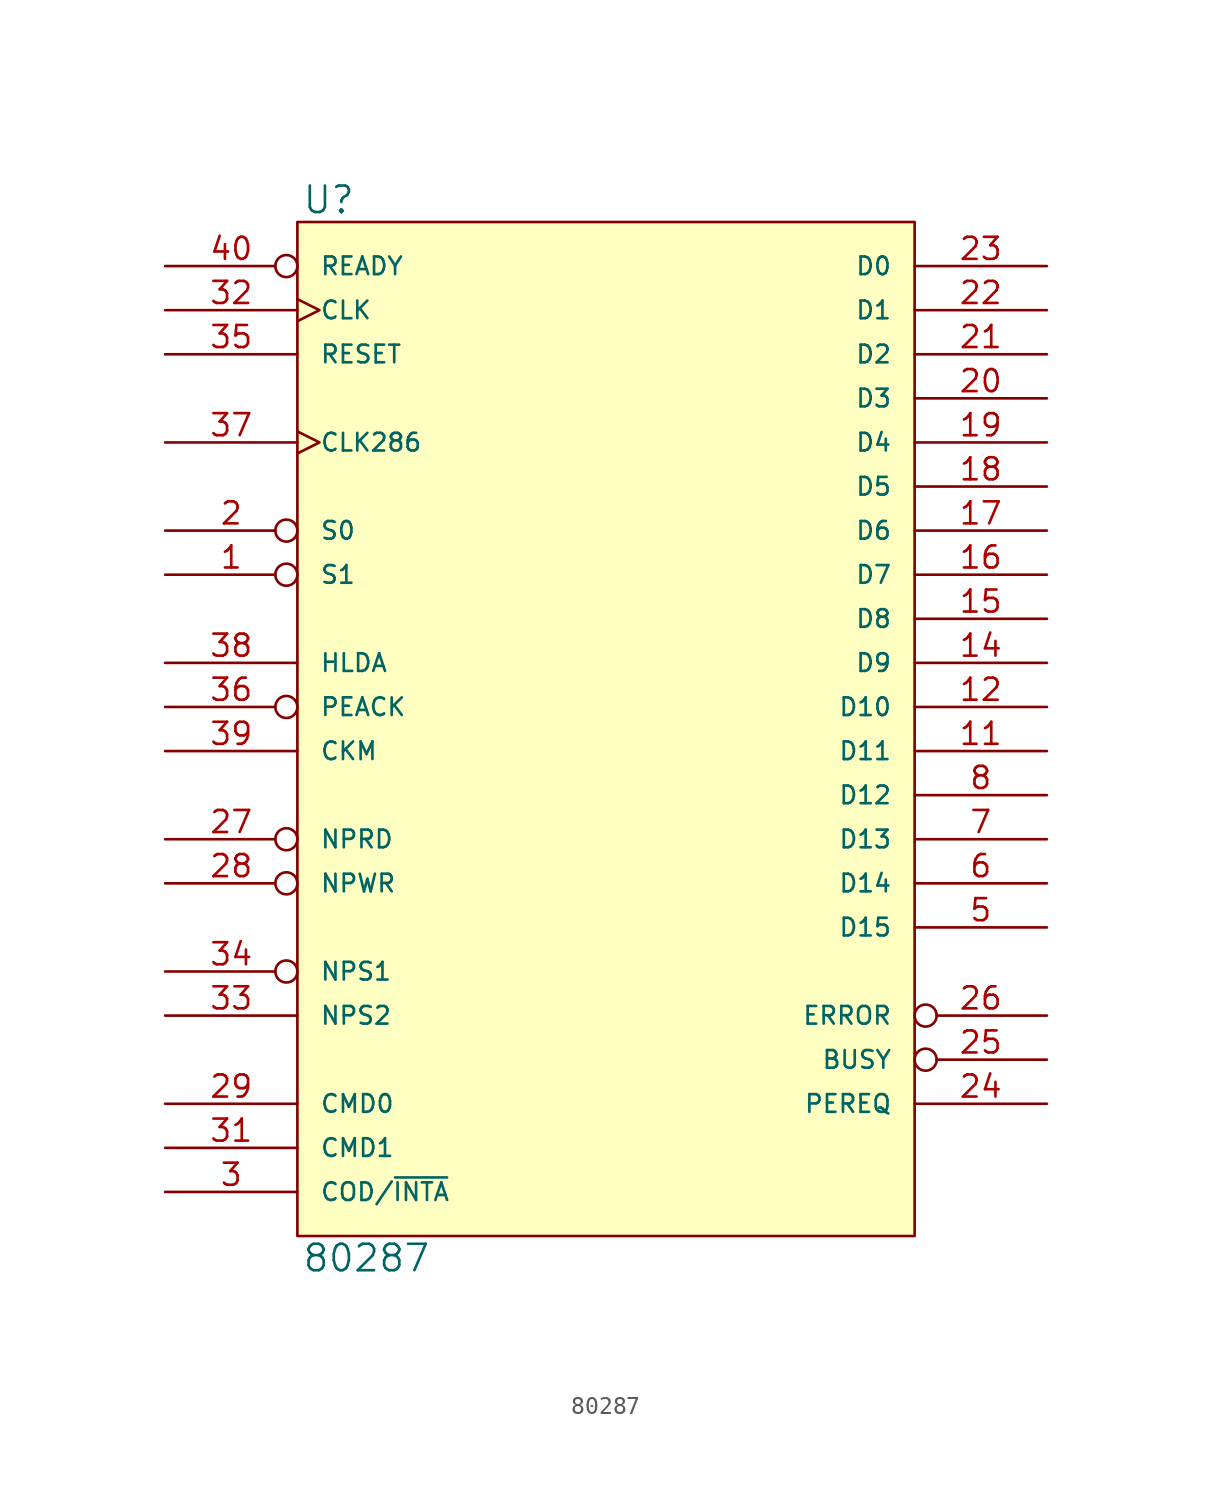
<source format=kicad_sym>
(kicad_symbol_lib
  (version 20231120)
  (generator "kicad_symbol_editor")
  (generator_version "8.0")
  (symbol "80287"
    (pin_names
      (offset 1.27))
    (property "Reference" "U"
      (at 0.254 0.381 0)
      (effects (font (size 1.524 1.524)) (justify left bottom)))
    (property "Value" "80287"
      (at 0.254 -58.801 0)
      (effects (font (size 1.524 1.524)) (justify left top)))
    (symbol "80287_0_1"
      (rectangle (start 0 0) (end 35.56 -58.42) (stroke (width 0) (type solid)) (fill (type background))))
    (symbol "80287_1_1"
      (pin input inverted (at -7.62 -20.32 0) (length 7.62) (name "S1" (effects (font (size 1.016 1.016)))) (number "1" (effects (font (size 1.27 1.27)))))
      (pin power_in line (at 0 -58.42 90) (length 0) hide (name "VSS" (effects (font (size 1.016 1.016)))) (number "10" (effects (font (size 1.27 1.27)))))
      (pin bidirectional line (at 43.18 -30.48 180) (length 7.62) (name "D11" (effects (font (size 1.016 1.016)))) (number "11" (effects (font (size 1.27 1.27)))))
      (pin bidirectional line (at 43.18 -27.94 180) (length 7.62) (name "D10" (effects (font (size 1.016 1.016)))) (number "12" (effects (font (size 1.27 1.27)))))
      (pin bidirectional line (at 43.18 -25.4 180) (length 7.62) (name "D9" (effects (font (size 1.016 1.016)))) (number "14" (effects (font (size 1.27 1.27)))))
      (pin bidirectional line (at 43.18 -22.86 180) (length 7.62) (name "D8" (effects (font (size 1.016 1.016)))) (number "15" (effects (font (size 1.27 1.27)))))
      (pin bidirectional line (at 43.18 -20.32 180) (length 7.62) (name "D7" (effects (font (size 1.016 1.016)))) (number "16" (effects (font (size 1.27 1.27)))))
      (pin bidirectional line (at 43.18 -17.78 180) (length 7.62) (name "D6" (effects (font (size 1.016 1.016)))) (number "17" (effects (font (size 1.27 1.27)))))
      (pin bidirectional line (at 43.18 -15.24 180) (length 7.62) (name "D5" (effects (font (size 1.016 1.016)))) (number "18" (effects (font (size 1.27 1.27)))))
      (pin bidirectional line (at 43.18 -12.7 180) (length 7.62) (name "D4" (effects (font (size 1.016 1.016)))) (number "19" (effects (font (size 1.27 1.27)))))
      (pin input inverted (at -7.62 -17.78 0) (length 7.62) (name "S0" (effects (font (size 1.016 1.016)))) (number "2" (effects (font (size 1.27 1.27)))))
      (pin bidirectional line (at 43.18 -10.16 180) (length 7.62) (name "D3" (effects (font (size 1.016 1.016)))) (number "20" (effects (font (size 1.27 1.27)))))
      (pin bidirectional line (at 43.18 -7.62 180) (length 7.62) (name "D2" (effects (font (size 1.016 1.016)))) (number "21" (effects (font (size 1.27 1.27)))))
      (pin bidirectional line (at 43.18 -5.08 180) (length 7.62) (name "D1" (effects (font (size 1.016 1.016)))) (number "22" (effects (font (size 1.27 1.27)))))
      (pin bidirectional line (at 43.18 -2.54 180) (length 7.62) (name "D0" (effects (font (size 1.016 1.016)))) (number "23" (effects (font (size 1.27 1.27)))))
      (pin output line (at 43.18 -50.8 180) (length 7.62) (name "PEREQ" (effects (font (size 1.016 1.016)))) (number "24" (effects (font (size 1.27 1.27)))))
      (pin output inverted (at 43.18 -48.26 180) (length 7.62) (name "BUSY" (effects (font (size 1.016 1.016)))) (number "25" (effects (font (size 1.27 1.27)))))
      (pin output inverted (at 43.18 -45.72 180) (length 7.62) (name "ERROR" (effects (font (size 1.016 1.016)))) (number "26" (effects (font (size 1.27 1.27)))))
      (pin input inverted (at -7.62 -35.56 0) (length 7.62) (name "NPRD" (effects (font (size 1.016 1.016)))) (number "27" (effects (font (size 1.27 1.27)))))
      (pin input inverted (at -7.62 -38.1 0) (length 7.62) (name "NPWR" (effects (font (size 1.016 1.016)))) (number "28" (effects (font (size 1.27 1.27)))))
      (pin input line (at -7.62 -50.8 0) (length 7.62) (name "CMD0" (effects (font (size 1.016 1.016)))) (number "29" (effects (font (size 1.27 1.27)))))
      (pin input line (at -7.62 -55.88 0) (length 7.62) (name "COD/~{INTA}" (effects (font (size 1.016 1.016)))) (number "3" (effects (font (size 1.27 1.27)))))
      (pin power_in line (at 15.24 -58.42 90) (length 0) hide (name "VSS" (effects (font (size 1.016 1.016)))) (number "30" (effects (font (size 1.27 1.27)))))
      (pin input line (at -7.62 -53.34 0) (length 7.62) (name "CMD1" (effects (font (size 1.016 1.016)))) (number "31" (effects (font (size 1.27 1.27)))))
      (pin input clock (at -7.62 -5.08 0) (length 7.62) (name "CLK" (effects (font (size 1.016 1.016)))) (number "32" (effects (font (size 1.27 1.27)))))
      (pin input line (at -7.62 -45.72 0) (length 7.62) (name "NPS2" (effects (font (size 1.016 1.016)))) (number "33" (effects (font (size 1.27 1.27)))))
      (pin input inverted (at -7.62 -43.18 0) (length 7.62) (name "NPS1" (effects (font (size 1.016 1.016)))) (number "34" (effects (font (size 1.27 1.27)))))
      (pin input line (at -7.62 -7.62 0) (length 7.62) (name "RESET" (effects (font (size 1.016 1.016)))) (number "35" (effects (font (size 1.27 1.27)))))
      (pin input inverted (at -7.62 -27.94 0) (length 7.62) (name "PEACK" (effects (font (size 1.016 1.016)))) (number "36" (effects (font (size 1.27 1.27)))))
      (pin input clock (at -7.62 -12.7 0) (length 7.62) (name "CLK286" (effects (font (size 1.016 1.016)))) (number "37" (effects (font (size 1.27 1.27)))))
      (pin input line (at -7.62 -25.4 0) (length 7.62) (name "HLDA" (effects (font (size 1.016 1.016)))) (number "38" (effects (font (size 1.27 1.27)))))
      (pin input line (at -7.62 -30.48 0) (length 7.62) (name "CKM" (effects (font (size 1.016 1.016)))) (number "39" (effects (font (size 1.27 1.27)))))
      (pin input inverted (at -7.62 -2.54 0) (length 7.62) (name "READY" (effects (font (size 1.016 1.016)))) (number "40" (effects (font (size 1.27 1.27)))))
      (pin bidirectional line (at 43.18 -40.64 180) (length 7.62) (name "D15" (effects (font (size 1.016 1.016)))) (number "5" (effects (font (size 1.27 1.27)))))
      (pin bidirectional line (at 43.18 -38.1 180) (length 7.62) (name "D14" (effects (font (size 1.016 1.016)))) (number "6" (effects (font (size 1.27 1.27)))))
      (pin bidirectional line (at 43.18 -35.56 180) (length 7.62) (name "D13" (effects (font (size 1.016 1.016)))) (number "7" (effects (font (size 1.27 1.27)))))
      (pin bidirectional line (at 43.18 -33.02 180) (length 7.62) (name "D12" (effects (font (size 1.016 1.016)))) (number "8" (effects (font (size 1.27 1.27)))))
      (pin power_in line (at 0 0 270) (length 0) hide (name "VCC" (effects (font (size 1.016 1.016)))) (number "9" (effects (font (size 1.27 1.27))))))))
</source>
